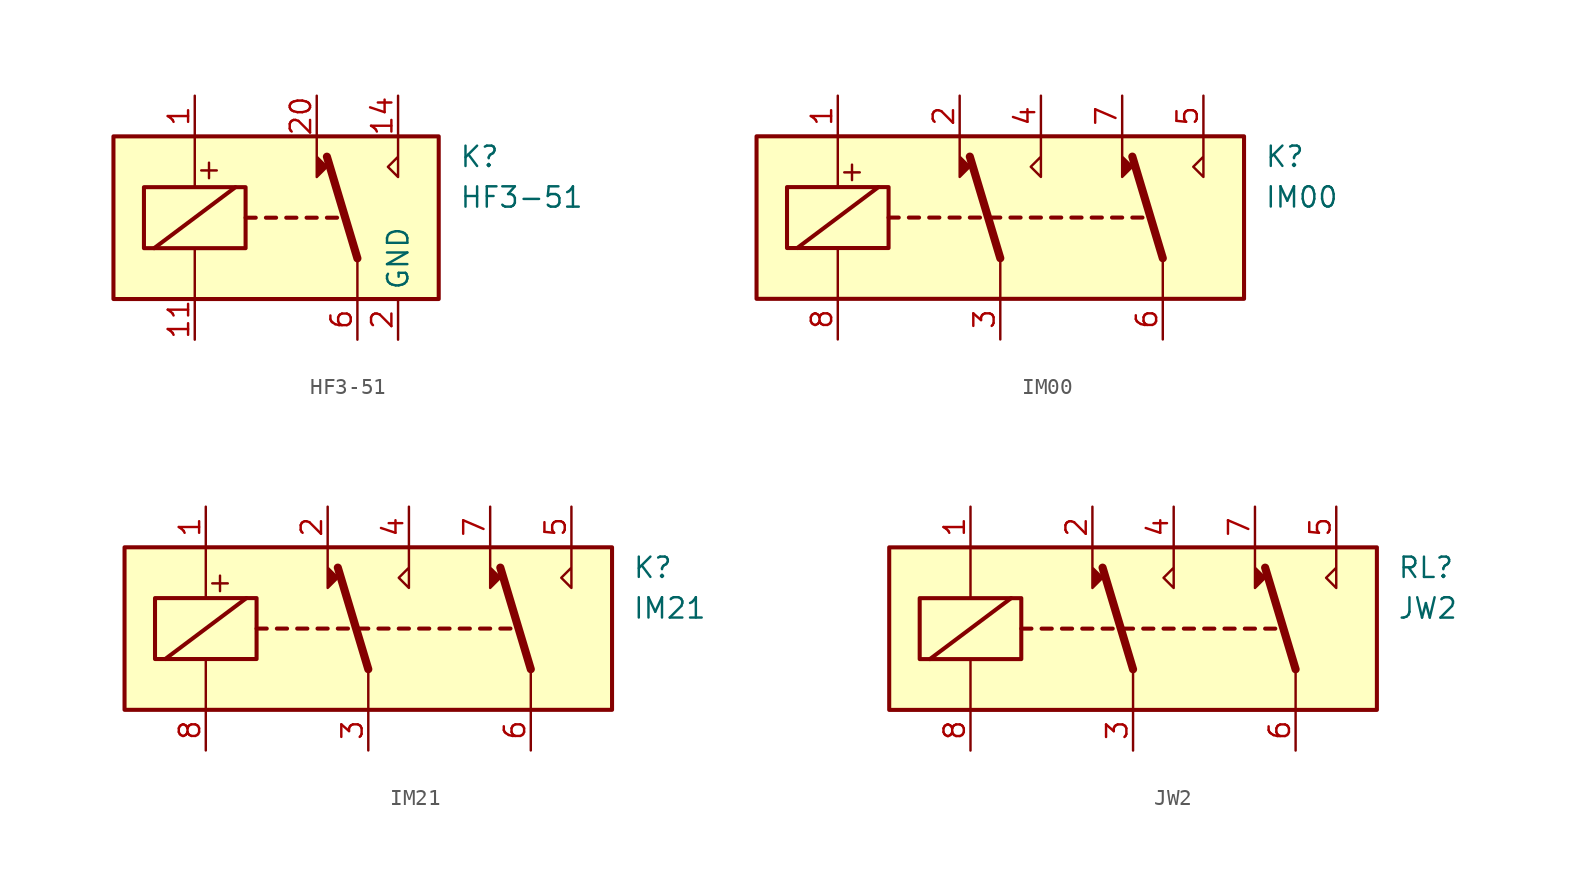
<source format=kicad_sym>
(kicad_symbol_lib
  (version 20201005)
  (generator kicad_symbol_editor)
  (symbol "HF3-51"
    (property "Reference" "K"
      (at 11.43 3.81 0)
      (effects (font (size 1.27 1.27)) (justify left)))
    (property "Value" "HF3-51"
      (at 11.43 1.27 0)
      (effects (font (size 1.27 1.27)) (justify left)))
    (symbol "HF3-51_0_0"
      (text "+" (at -4.191 3.048 0) (effects (font (size 1.27 1.27))))
      (polyline (pts (xy 7.62 5.08) (xy 7.62 2.54) (xy 6.985 3.175) (xy 7.62 3.81)) (stroke (width 0)) (fill (type none))))
    (symbol "HF3-51_0_1"
      (rectangle (start -8.255 1.905) (end -1.905 -1.905) (stroke (width 0.254)) (fill (type none)))
      (rectangle (start -10.16 5.08) (end 10.16 -5.08) (stroke (width 0.254)) (fill (type background)))
      (polyline (pts (xy -7.62 -1.905) (xy -2.54 1.905)) (stroke (width 0.254)) (fill (type none)))
      (polyline (pts (xy -5.08 -5.08) (xy -5.08 -1.905)) (stroke (width 0)) (fill (type none)))
      (polyline (pts (xy -5.08 5.08) (xy -5.08 1.905)) (stroke (width 0)) (fill (type none)))
      (polyline (pts (xy -1.905 0) (xy -1.27 0)) (stroke (width 0.254)) (fill (type none)))
      (polyline (pts (xy -0.635 0) (xy 0 0)) (stroke (width 0.254)) (fill (type none)))
      (polyline (pts (xy 0.635 0) (xy 1.27 0)) (stroke (width 0.254)) (fill (type none)))
      (polyline (pts (xy 1.905 0) (xy 2.54 0)) (stroke (width 0.254)) (fill (type none)))
      (polyline (pts (xy 3.175 0) (xy 3.81 0)) (stroke (width 0.254)) (fill (type none)))
      (polyline (pts (xy 5.08 -2.54) (xy 3.175 3.81)) (stroke (width 0.508)) (fill (type none)))
      (polyline (pts (xy 5.08 -2.54) (xy 5.08 -5.08)) (stroke (width 0)) (fill (type none)))
      (polyline (pts (xy 2.54 5.08) (xy 2.54 2.54) (xy 3.175 3.175) (xy 2.54 3.81)) (stroke (width 0)) (fill (type outline))))
    (symbol "HF3-51_1_1"
      (pin passive line (at -5.08 7.62 270) (length 2.54) (name "~" (effects (font (size 1.27 1.27)))) (number "1" (effects (font (size 1.27 1.27)))))
      (pin passive line (at 7.62 -7.62 90) (length 2.54) hide (name "GND" (effects (font (size 1.27 1.27)))) (number "10" (effects (font (size 1.27 1.27)))))
      (pin passive line (at -5.08 -7.62 90) (length 2.54) (name "~" (effects (font (size 1.27 1.27)))) (number "11" (effects (font (size 1.27 1.27)))))
      (pin passive line (at 7.62 -7.62 90) (length 2.54) hide (name "GND" (effects (font (size 1.27 1.27)))) (number "12" (effects (font (size 1.27 1.27)))))
      (pin passive line (at 7.62 -7.62 90) (length 2.54) hide (name "GND" (effects (font (size 1.27 1.27)))) (number "13" (effects (font (size 1.27 1.27)))))
      (pin passive line (at 7.62 7.62 270) (length 2.54) (name "~" (effects (font (size 1.27 1.27)))) (number "14" (effects (font (size 1.27 1.27)))))
      (pin passive line (at 7.62 -7.62 90) (length 2.54) hide (name "GND" (effects (font (size 1.27 1.27)))) (number "15" (effects (font (size 1.27 1.27)))))
      (pin passive line (at 7.62 -7.62 90) (length 2.54) hide (name "GND" (effects (font (size 1.27 1.27)))) (number "17" (effects (font (size 1.27 1.27)))))
      (pin passive line (at 7.62 -7.62 90) (length 2.54) hide (name "GND" (effects (font (size 1.27 1.27)))) (number "19" (effects (font (size 1.27 1.27)))))
      (pin power_in line (at 7.62 -7.62 90) (length 2.54) (name "GND" (effects (font (size 1.27 1.27)))) (number "2" (effects (font (size 1.27 1.27)))))
      (pin passive line (at 2.54 7.62 270) (length 2.54) (name "~" (effects (font (size 1.27 1.27)))) (number "20" (effects (font (size 1.27 1.27)))))
      (pin passive line (at 7.62 -7.62 90) (length 2.54) hide (name "GND" (effects (font (size 1.27 1.27)))) (number "21" (effects (font (size 1.27 1.27)))))
      (pin passive line (at 7.62 -7.62 90) (length 2.54) hide (name "GND" (effects (font (size 1.27 1.27)))) (number "22" (effects (font (size 1.27 1.27)))))
      (pin passive line (at 7.62 -7.62 90) (length 2.54) hide (name "GND" (effects (font (size 1.27 1.27)))) (number "5" (effects (font (size 1.27 1.27)))))
      (pin passive line (at 5.08 -7.62 90) (length 2.54) (name "~" (effects (font (size 1.27 1.27)))) (number "6" (effects (font (size 1.27 1.27)))))
      (pin passive line (at 7.62 -7.62 90) (length 2.54) hide (name "GND" (effects (font (size 1.27 1.27)))) (number "7" (effects (font (size 1.27 1.27)))))))
  (symbol "IM00"
    (property "Reference" "K"
      (at 16.51 3.81 0)
      (effects (font (size 1.27 1.27)) (justify left)))
    (property "Value" "IM00"
      (at 16.51 1.27 0)
      (effects (font (size 1.27 1.27)) (justify left)))
    (symbol "IM00_0_0"
      (text "+" (at -9.271 2.921 0) (effects (font (size 1.27 1.27)))))
    (symbol "IM00_0_1"
      (rectangle (start -13.335 1.905) (end -6.985 -1.905) (stroke (width 0.254)) (fill (type none)))
      (rectangle (start -15.24 5.08) (end 15.24 -5.08) (stroke (width 0.254)) (fill (type background)))
      (polyline (pts (xy -12.7 -1.905) (xy -7.62 1.905)) (stroke (width 0.254)) (fill (type none)))
      (polyline (pts (xy -10.16 -5.08) (xy -10.16 -1.905)) (stroke (width 0)) (fill (type none)))
      (polyline (pts (xy -10.16 5.08) (xy -10.16 1.905)) (stroke (width 0)) (fill (type none)))
      (polyline (pts (xy -6.985 0) (xy -6.35 0)) (stroke (width 0.254)) (fill (type none)))
      (polyline (pts (xy -5.715 0) (xy -5.08 0)) (stroke (width 0.254)) (fill (type none)))
      (polyline (pts (xy -4.445 0) (xy -3.81 0)) (stroke (width 0.254)) (fill (type none)))
      (polyline (pts (xy -3.175 0) (xy -2.54 0)) (stroke (width 0.254)) (fill (type none)))
      (polyline (pts (xy -1.905 0) (xy -1.27 0)) (stroke (width 0.254)) (fill (type none)))
      (polyline (pts (xy -0.635 0) (xy 0 0)) (stroke (width 0.254)) (fill (type none)))
      (polyline (pts (xy 0 -2.54) (xy -1.905 3.81)) (stroke (width 0.508)) (fill (type none)))
      (polyline (pts (xy 0 -2.54) (xy 0 -5.08)) (stroke (width 0)) (fill (type none)))
      (polyline (pts (xy 0.635 0) (xy 1.27 0)) (stroke (width 0.254)) (fill (type none)))
      (polyline (pts (xy 1.905 0) (xy 2.54 0)) (stroke (width 0.254)) (fill (type none)))
      (polyline (pts (xy 3.175 0) (xy 3.81 0)) (stroke (width 0.254)) (fill (type none)))
      (polyline (pts (xy 4.445 0) (xy 5.08 0)) (stroke (width 0.254)) (fill (type none)))
      (polyline (pts (xy 5.715 0) (xy 6.35 0)) (stroke (width 0.254)) (fill (type none)))
      (polyline (pts (xy 6.985 0) (xy 7.62 0)) (stroke (width 0.254)) (fill (type none)))
      (polyline (pts (xy 8.255 0) (xy 8.89 0)) (stroke (width 0.254)) (fill (type none)))
      (polyline (pts (xy 10.16 -2.54) (xy 8.255 3.81)) (stroke (width 0.508)) (fill (type none)))
      (polyline (pts (xy 10.16 -2.54) (xy 10.16 -5.08)) (stroke (width 0)) (fill (type none)))
      (polyline (pts (xy 2.54 5.08) (xy 2.54 2.54) (xy 1.905 3.175) (xy 2.54 3.81)) (stroke (width 0)) (fill (type none)))
      (polyline (pts (xy 12.7 5.08) (xy 12.7 2.54) (xy 12.065 3.175) (xy 12.7 3.81)) (stroke (width 0)) (fill (type none)))
      (polyline (pts (xy -2.54 5.08) (xy -2.54 2.54) (xy -1.905 3.175) (xy -2.54 3.81)) (stroke (width 0)) (fill (type outline)))
      (polyline (pts (xy 7.62 5.08) (xy 7.62 2.54) (xy 8.255 3.175) (xy 7.62 3.81)) (stroke (width 0)) (fill (type outline))))
    (symbol "IM00_1_1"
      (pin passive line (at -10.16 7.62 270) (length 2.54) (name "~" (effects (font (size 1.27 1.27)))) (number "1" (effects (font (size 1.27 1.27)))))
      (pin passive line (at -2.54 7.62 270) (length 2.54) (name "~" (effects (font (size 1.27 1.27)))) (number "2" (effects (font (size 1.27 1.27)))))
      (pin passive line (at 0 -7.62 90) (length 2.54) (name "~" (effects (font (size 1.27 1.27)))) (number "3" (effects (font (size 1.27 1.27)))))
      (pin passive line (at 2.54 7.62 270) (length 2.54) (name "~" (effects (font (size 1.27 1.27)))) (number "4" (effects (font (size 1.27 1.27)))))
      (pin passive line (at 12.7 7.62 270) (length 2.54) (name "~" (effects (font (size 1.27 1.27)))) (number "5" (effects (font (size 1.27 1.27)))))
      (pin passive line (at 10.16 -7.62 90) (length 2.54) (name "~" (effects (font (size 1.27 1.27)))) (number "6" (effects (font (size 1.27 1.27)))))
      (pin passive line (at 7.62 7.62 270) (length 2.54) (name "~" (effects (font (size 1.27 1.27)))) (number "7" (effects (font (size 1.27 1.27)))))
      (pin passive line (at -10.16 -7.62 90) (length 2.54) (name "~" (effects (font (size 1.27 1.27)))) (number "8" (effects (font (size 1.27 1.27)))))))
  (symbol "IM21"
    (property "Reference" "K"
      (at 16.51 3.81 0)
      (effects (font (size 1.27 1.27)) (justify left)))
    (property "Value" "IM21"
      (at 16.51 1.27 0)
      (effects (font (size 1.27 1.27)) (justify left)))
    (symbol "IM21_0_0"
      (text "+" (at -9.271 2.921 0) (effects (font (size 1.27 1.27)))))
    (symbol "IM21_0_1"
      (rectangle (start -13.335 1.905) (end -6.985 -1.905) (stroke (width 0.254)) (fill (type none)))
      (rectangle (start -15.24 5.08) (end 15.24 -5.08) (stroke (width 0.254)) (fill (type background)))
      (polyline (pts (xy -12.7 -1.905) (xy -7.62 1.905)) (stroke (width 0.254)) (fill (type none)))
      (polyline (pts (xy -10.16 -5.08) (xy -10.16 -1.905)) (stroke (width 0)) (fill (type none)))
      (polyline (pts (xy -10.16 5.08) (xy -10.16 1.905)) (stroke (width 0)) (fill (type none)))
      (polyline (pts (xy -6.985 0) (xy -6.35 0)) (stroke (width 0.254)) (fill (type none)))
      (polyline (pts (xy -5.715 0) (xy -5.08 0)) (stroke (width 0.254)) (fill (type none)))
      (polyline (pts (xy -4.445 0) (xy -3.81 0)) (stroke (width 0.254)) (fill (type none)))
      (polyline (pts (xy -3.175 0) (xy -2.54 0)) (stroke (width 0.254)) (fill (type none)))
      (polyline (pts (xy -1.905 0) (xy -1.27 0)) (stroke (width 0.254)) (fill (type none)))
      (polyline (pts (xy -0.635 0) (xy 0 0)) (stroke (width 0.254)) (fill (type none)))
      (polyline (pts (xy 0 -2.54) (xy -1.905 3.81)) (stroke (width 0.508)) (fill (type none)))
      (polyline (pts (xy 0 -2.54) (xy 0 -5.08)) (stroke (width 0)) (fill (type none)))
      (polyline (pts (xy 0.635 0) (xy 1.27 0)) (stroke (width 0.254)) (fill (type none)))
      (polyline (pts (xy 1.905 0) (xy 2.54 0)) (stroke (width 0.254)) (fill (type none)))
      (polyline (pts (xy 3.175 0) (xy 3.81 0)) (stroke (width 0.254)) (fill (type none)))
      (polyline (pts (xy 4.445 0) (xy 5.08 0)) (stroke (width 0.254)) (fill (type none)))
      (polyline (pts (xy 5.715 0) (xy 6.35 0)) (stroke (width 0.254)) (fill (type none)))
      (polyline (pts (xy 6.985 0) (xy 7.62 0)) (stroke (width 0.254)) (fill (type none)))
      (polyline (pts (xy 8.255 0) (xy 8.89 0)) (stroke (width 0.254)) (fill (type none)))
      (polyline (pts (xy 10.16 -2.54) (xy 8.255 3.81)) (stroke (width 0.508)) (fill (type none)))
      (polyline (pts (xy 10.16 -2.54) (xy 10.16 -5.08)) (stroke (width 0)) (fill (type none)))
      (polyline (pts (xy 2.54 5.08) (xy 2.54 2.54) (xy 1.905 3.175) (xy 2.54 3.81)) (stroke (width 0)) (fill (type none)))
      (polyline (pts (xy 12.7 5.08) (xy 12.7 2.54) (xy 12.065 3.175) (xy 12.7 3.81)) (stroke (width 0)) (fill (type none)))
      (polyline (pts (xy -2.54 5.08) (xy -2.54 2.54) (xy -1.905 3.175) (xy -2.54 3.81)) (stroke (width 0)) (fill (type outline)))
      (polyline (pts (xy 7.62 5.08) (xy 7.62 2.54) (xy 8.255 3.175) (xy 7.62 3.81)) (stroke (width 0)) (fill (type outline))))
    (symbol "IM21_1_1"
      (pin passive line (at -10.16 7.62 270) (length 2.54) (name "~" (effects (font (size 1.27 1.27)))) (number "1" (effects (font (size 1.27 1.27)))))
      (pin passive line (at -2.54 7.62 270) (length 2.54) (name "~" (effects (font (size 1.27 1.27)))) (number "2" (effects (font (size 1.27 1.27)))))
      (pin passive line (at 0 -7.62 90) (length 2.54) (name "~" (effects (font (size 1.27 1.27)))) (number "3" (effects (font (size 1.27 1.27)))))
      (pin passive line (at 2.54 7.62 270) (length 2.54) (name "~" (effects (font (size 1.27 1.27)))) (number "4" (effects (font (size 1.27 1.27)))))
      (pin passive line (at 12.7 7.62 270) (length 2.54) (name "~" (effects (font (size 1.27 1.27)))) (number "5" (effects (font (size 1.27 1.27)))))
      (pin passive line (at 10.16 -7.62 90) (length 2.54) (name "~" (effects (font (size 1.27 1.27)))) (number "6" (effects (font (size 1.27 1.27)))))
      (pin passive line (at 7.62 7.62 270) (length 2.54) (name "~" (effects (font (size 1.27 1.27)))) (number "7" (effects (font (size 1.27 1.27)))))
      (pin passive line (at -10.16 -7.62 90) (length 2.54) (name "~" (effects (font (size 1.27 1.27)))) (number "8" (effects (font (size 1.27 1.27)))))))
  (symbol "JW2"
    (property "Reference" "RL"
      (at 16.51 3.81 0)
      (effects (font (size 1.27 1.27)) (justify left)))
    (property "Value" "JW2"
      (at 16.51 1.27 0)
      (effects (font (size 1.27 1.27)) (justify left)))
    (symbol "JW2_0_1"
      (rectangle (start -13.335 1.905) (end -6.985 -1.905) (stroke (width 0.254)) (fill (type none)))
      (rectangle (start -15.24 5.08) (end 15.24 -5.08) (stroke (width 0.254)) (fill (type background)))
      (polyline (pts (xy -12.7 -1.905) (xy -7.62 1.905)) (stroke (width 0.254)) (fill (type none)))
      (polyline (pts (xy -10.16 -5.08) (xy -10.16 -1.905)) (stroke (width 0)) (fill (type none)))
      (polyline (pts (xy -10.16 5.08) (xy -10.16 1.905)) (stroke (width 0)) (fill (type none)))
      (polyline (pts (xy -6.985 0) (xy -6.35 0)) (stroke (width 0.254)) (fill (type none)))
      (polyline (pts (xy -5.715 0) (xy -5.08 0)) (stroke (width 0.254)) (fill (type none)))
      (polyline (pts (xy -4.445 0) (xy -3.81 0)) (stroke (width 0.254)) (fill (type none)))
      (polyline (pts (xy -3.175 0) (xy -2.54 0)) (stroke (width 0.254)) (fill (type none)))
      (polyline (pts (xy -1.905 0) (xy -1.27 0)) (stroke (width 0.254)) (fill (type none)))
      (polyline (pts (xy -0.635 0) (xy 0 0)) (stroke (width 0.254)) (fill (type none)))
      (polyline (pts (xy 0 -2.54) (xy -1.905 3.81)) (stroke (width 0.508)) (fill (type none)))
      (polyline (pts (xy 0 -2.54) (xy 0 -5.08)) (stroke (width 0)) (fill (type none)))
      (polyline (pts (xy 0.635 0) (xy 1.27 0)) (stroke (width 0.254)) (fill (type none)))
      (polyline (pts (xy 1.905 0) (xy 2.54 0)) (stroke (width 0.254)) (fill (type none)))
      (polyline (pts (xy 3.175 0) (xy 3.81 0)) (stroke (width 0.254)) (fill (type none)))
      (polyline (pts (xy 4.445 0) (xy 5.08 0)) (stroke (width 0.254)) (fill (type none)))
      (polyline (pts (xy 5.715 0) (xy 6.35 0)) (stroke (width 0.254)) (fill (type none)))
      (polyline (pts (xy 6.985 0) (xy 7.62 0)) (stroke (width 0.254)) (fill (type none)))
      (polyline (pts (xy 8.255 0) (xy 8.89 0)) (stroke (width 0.254)) (fill (type none)))
      (polyline (pts (xy 10.16 -2.54) (xy 8.255 3.81)) (stroke (width 0.508)) (fill (type none)))
      (polyline (pts (xy 10.16 -2.54) (xy 10.16 -5.08)) (stroke (width 0)) (fill (type none)))
      (polyline (pts (xy 2.54 5.08) (xy 2.54 2.54) (xy 1.905 3.175) (xy 2.54 3.81)) (stroke (width 0)) (fill (type none)))
      (polyline (pts (xy 12.7 5.08) (xy 12.7 2.54) (xy 12.065 3.175) (xy 12.7 3.81)) (stroke (width 0)) (fill (type none)))
      (polyline (pts (xy -2.54 5.08) (xy -2.54 2.54) (xy -1.905 3.175) (xy -2.54 3.81)) (stroke (width 0)) (fill (type outline)))
      (polyline (pts (xy 7.62 5.08) (xy 7.62 2.54) (xy 8.255 3.175) (xy 7.62 3.81)) (stroke (width 0)) (fill (type outline))))
    (symbol "JW2_1_1"
      (pin passive line (at -10.16 7.62 270) (length 2.54) (name "~" (effects (font (size 1.27 1.27)))) (number "1" (effects (font (size 1.27 1.27)))))
      (pin passive line (at -2.54 7.62 270) (length 2.54) (name "~" (effects (font (size 1.27 1.27)))) (number "2" (effects (font (size 1.27 1.27)))))
      (pin passive line (at 0 -7.62 90) (length 2.54) (name "~" (effects (font (size 1.27 1.27)))) (number "3" (effects (font (size 1.27 1.27)))))
      (pin passive line (at 2.54 7.62 270) (length 2.54) (name "~" (effects (font (size 1.27 1.27)))) (number "4" (effects (font (size 1.27 1.27)))))
      (pin passive line (at 12.7 7.62 270) (length 2.54) (name "~" (effects (font (size 1.27 1.27)))) (number "5" (effects (font (size 1.27 1.27)))))
      (pin passive line (at 10.16 -7.62 90) (length 2.54) (name "~" (effects (font (size 1.27 1.27)))) (number "6" (effects (font (size 1.27 1.27)))))
      (pin passive line (at 7.62 7.62 270) (length 2.54) (name "~" (effects (font (size 1.27 1.27)))) (number "7" (effects (font (size 1.27 1.27)))))
      (pin passive line (at -10.16 -7.62 90) (length 2.54) (name "~" (effects (font (size 1.27 1.27)))) (number "8" (effects (font (size 1.27 1.27))))))))
</source>
